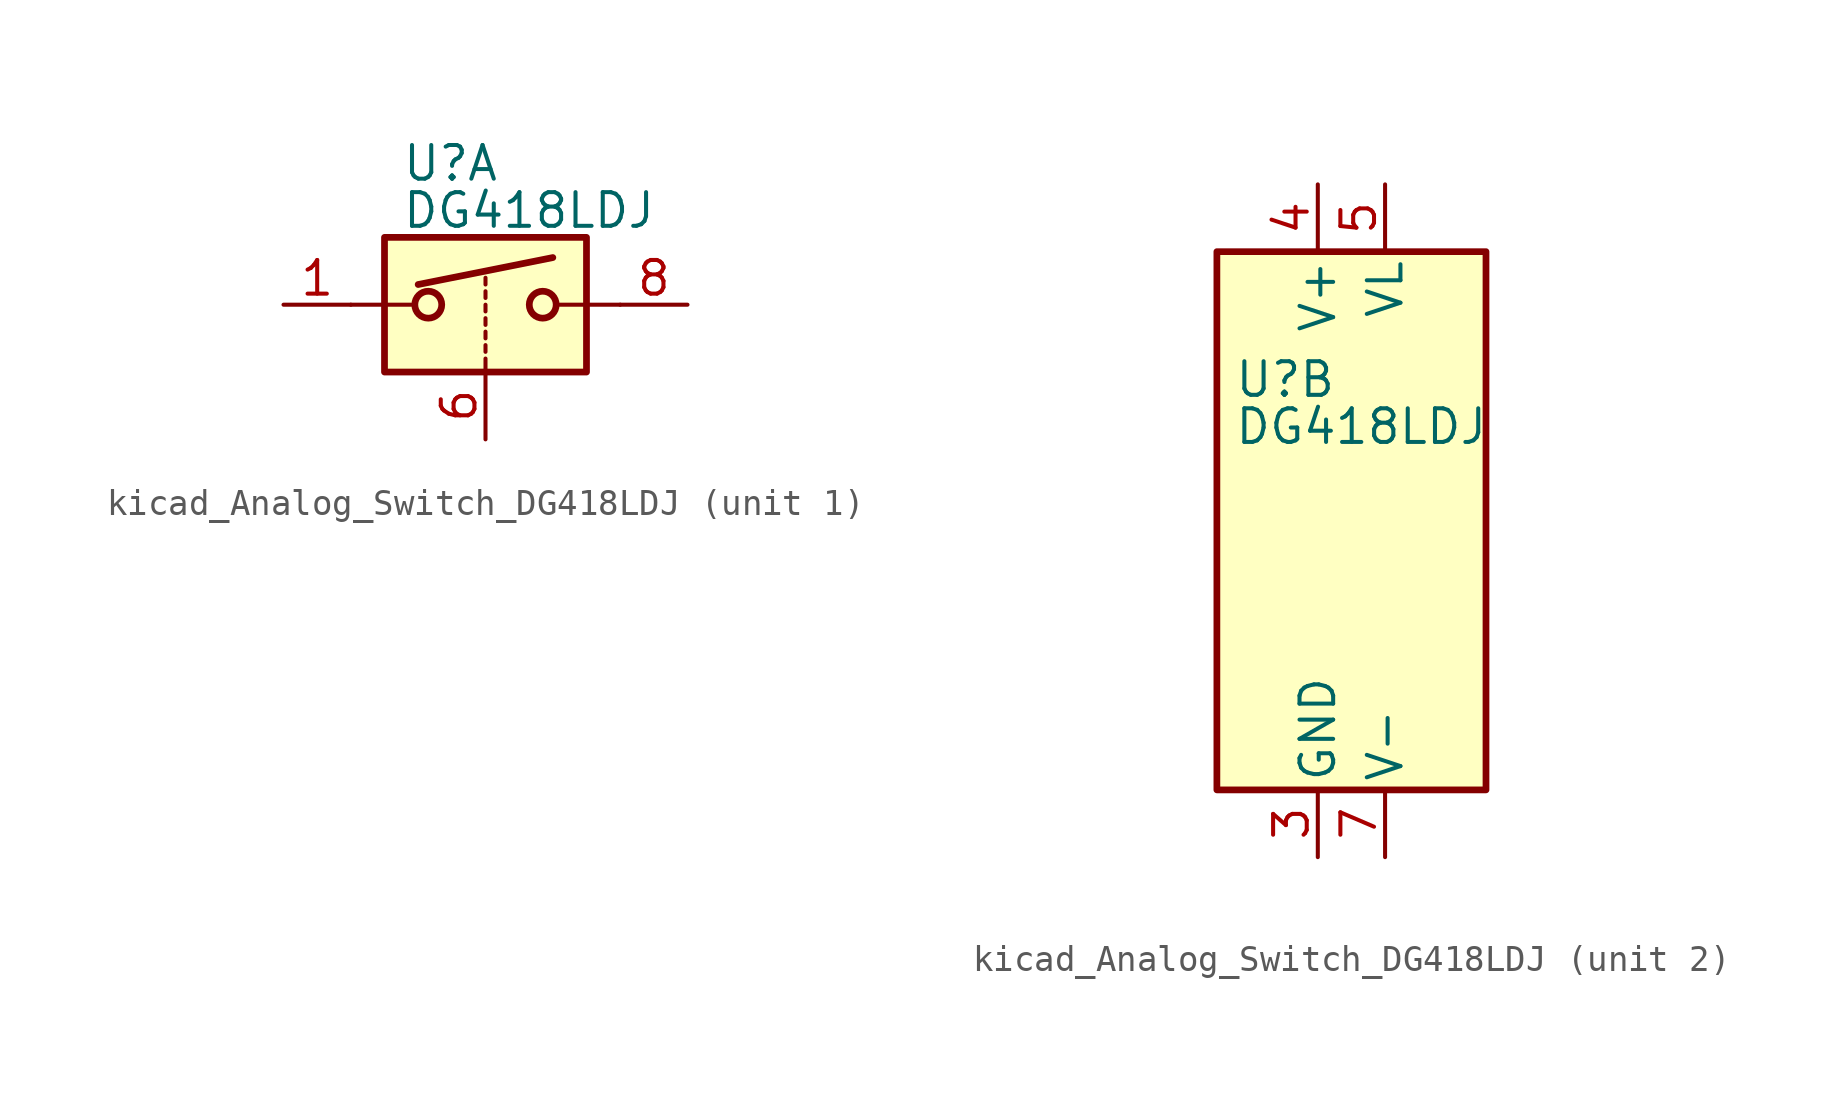
<source format=kicad_sym>
(kicad_symbol_lib
  (version 20220914)
  (generator kicad_symbol_editor)
  (symbol "kicad_Analog_Switch_DG418LDJ"
    (pin_names
      (offset 0.254))
    (property "Reference" "U"
      (at -3.175 5.334 0)
      (effects (font (size 1.27 1.27)) (justify left)))
    (property "Value" "DG418LDJ"
      (at -3.175 3.556 0)
      (effects (font (size 1.27 1.27)) (justify left)))
    (symbol "kicad_Analog_Switch_DG418LDJ_1_1"
      (rectangle (start -3.81 2.54) (end 3.81 -2.54) (stroke (width 0.254) (type default)) (fill (type background)))
      (circle (center -2.159 0) (radius 0.508) (stroke (width 0.254) (type default)) (fill (type none)))
      (polyline (pts (xy -5.08 0) (xy -2.794 0)) (stroke (width 0) (type default)) (fill (type none)))
      (polyline (pts (xy -2.54 0.762) (xy 2.54 1.778)) (stroke (width 0.254) (type default)) (fill (type none)))
      (polyline (pts (xy 0 -2.54) (xy 0 -2.032)) (stroke (width 0) (type default)) (fill (type none)))
      (polyline (pts (xy 0 -1.778) (xy 0 -1.524)) (stroke (width 0) (type default)) (fill (type none)))
      (polyline (pts (xy 0 -1.27) (xy 0 -1.016)) (stroke (width 0) (type default)) (fill (type none)))
      (polyline (pts (xy 0 -0.762) (xy 0 -0.508)) (stroke (width 0) (type default)) (fill (type none)))
      (polyline (pts (xy 0 -0.254) (xy 0 0)) (stroke (width 0) (type default)) (fill (type none)))
      (polyline (pts (xy 0 0.254) (xy 0 0.508)) (stroke (width 0) (type default)) (fill (type none)))
      (polyline (pts (xy 0 0.762) (xy 0 1.016)) (stroke (width 0) (type default)) (fill (type none)))
      (polyline (pts (xy 5.08 0) (xy 2.794 0)) (stroke (width 0) (type default)) (fill (type none)))
      (circle (center 2.159 0) (radius 0.508) (stroke (width 0.254) (type default)) (fill (type none)))
      (pin passive line (at -7.62 0 0) (length 2.54) (name "~" (effects (font (size 1.27 1.27)))) (number "1" (effects (font (size 1.27 1.27)))))
      (pin input line (at 0 -5.08 90) (length 2.54) (name "~" (effects (font (size 1.27 1.27)))) (number "6" (effects (font (size 1.27 1.27)))))
      (pin passive line (at 7.62 0 180) (length 2.54) (name "~" (effects (font (size 1.27 1.27)))) (number "8" (effects (font (size 1.27 1.27))))))
    (symbol "kicad_Analog_Switch_DG418LDJ_2_0"
      (pin no_connect line (at -2.54 10.16 270) (length 2.54) hide (name "NC" (effects (font (size 1.27 1.27)))) (number "2" (effects (font (size 1.27 1.27)))))
      (pin power_in line (at 0 -12.7 90) (length 2.54) (name "GND" (effects (font (size 1.27 1.27)))) (number "3" (effects (font (size 1.27 1.27)))))
      (pin power_in line (at 0 12.7 270) (length 2.54) (name "V+" (effects (font (size 1.27 1.27)))) (number "4" (effects (font (size 1.27 1.27)))))
      (pin power_in line (at 2.54 12.7 270) (length 2.54) (name "VL" (effects (font (size 1.27 1.27)))) (number "5" (effects (font (size 1.27 1.27)))))
      (pin power_in line (at 2.54 -12.7 90) (length 2.54) (name "V-" (effects (font (size 1.27 1.27)))) (number "7" (effects (font (size 1.27 1.27))))))
    (symbol "kicad_Analog_Switch_DG418LDJ_2_1"
      (rectangle (start -3.81 10.16) (end 6.35 -10.16) (stroke (width 0.254) (type default)) (fill (type background))))))
</source>
